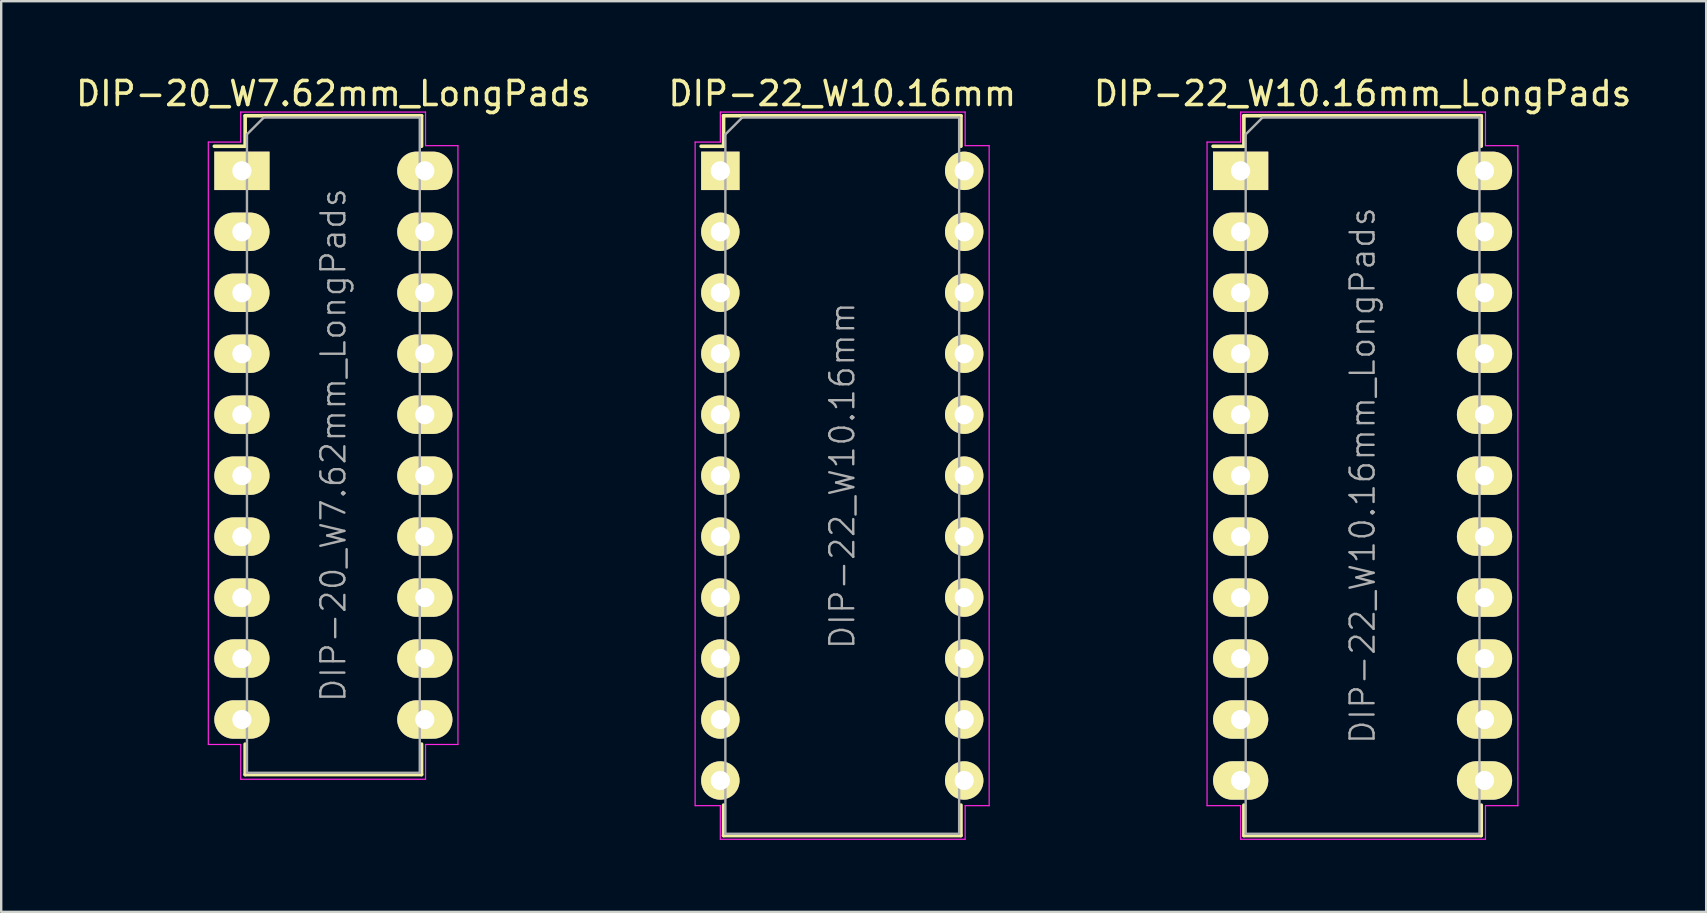
<source format=kicad_pcb>
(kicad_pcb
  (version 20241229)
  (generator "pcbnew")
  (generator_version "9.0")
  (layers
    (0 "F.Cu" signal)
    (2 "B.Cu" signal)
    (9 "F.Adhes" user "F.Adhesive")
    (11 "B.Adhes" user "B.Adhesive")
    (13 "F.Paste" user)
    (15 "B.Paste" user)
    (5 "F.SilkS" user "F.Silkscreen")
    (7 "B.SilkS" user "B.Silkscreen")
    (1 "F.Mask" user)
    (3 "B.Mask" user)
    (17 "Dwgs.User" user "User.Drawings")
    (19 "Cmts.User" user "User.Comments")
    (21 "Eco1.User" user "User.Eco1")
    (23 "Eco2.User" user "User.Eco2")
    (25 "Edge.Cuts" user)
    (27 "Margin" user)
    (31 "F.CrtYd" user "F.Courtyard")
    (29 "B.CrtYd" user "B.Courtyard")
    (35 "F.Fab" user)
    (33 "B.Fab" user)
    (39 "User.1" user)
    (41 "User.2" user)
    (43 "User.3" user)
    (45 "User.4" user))
  (footprint "DIP-20_W7.62mm_LongPads"
    (layer "F.Cu")
    (at 7.029 4.068)
    (property "Reference" "DIP-20_W7.62mm_LongPads" (at 3.81 -3.22 0) (layer "F.SilkS") (effects (font (size 1 1) (thickness 0.15))))
    (attr smd)
    (fp_line (start 0.135 -2.295) (end 0.135 -1.025) (stroke (width 0.15) (type solid)) (layer "F.SilkS"))
    (fp_line (start 0.135 -2.295) (end 7.485 -2.295) (stroke (width 0.15) (type solid)) (layer "F.SilkS"))
    (fp_line (start 0.135 -1.025) (end -1.15 -1.025) (stroke (width 0.15) (type solid)) (layer "F.SilkS"))
    (fp_line (start 0.135 25.155) (end 0.135 23.885) (stroke (width 0.15) (type solid)) (layer "F.SilkS"))
    (fp_line (start 0.135 25.155) (end 7.485 25.155) (stroke (width 0.15) (type solid)) (layer "F.SilkS"))
    (fp_line (start 7.485 -2.295) (end 7.485 -1.025) (stroke (width 0.15) (type solid)) (layer "F.SilkS"))
    (fp_line (start 7.485 25.155) (end 7.485 23.885) (stroke (width 0.15) (type solid)) (layer "F.SilkS"))
    (fp_line (start -1.4 -1.2) (end -1.4 23.9) (stroke (width 0.05) (type solid)) (layer "F.CrtYd"))
    (fp_line (start -1.4 -1.2) (end -0.05 -1.2) (stroke (width 0.05) (type solid)) (layer "F.CrtYd"))
    (fp_line (start -1.4 23.9) (end -0.05 23.9) (stroke (width 0.05) (type solid)) (layer "F.CrtYd"))
    (fp_line (start -0.05 -2.45) (end -0.05 -1.2) (stroke (width 0.05) (type solid)) (layer "F.CrtYd"))
    (fp_line (start -0.05 25.35) (end -0.05 23.9) (stroke (width 0.05) (type solid)) (layer "F.CrtYd"))
    (fp_line (start 7.65 -2.45) (end -0.05 -2.45) (stroke (width 0.05) (type solid)) (layer "F.CrtYd"))
    (fp_line (start 7.65 -2.45) (end 7.65 -1.05) (stroke (width 0.05) (type solid)) (layer "F.CrtYd"))
    (fp_line (start 7.65 25.35) (end -0.05 25.35) (stroke (width 0.05) (type solid)) (layer "F.CrtYd"))
    (fp_line (start 7.65 25.35) (end 7.65 23.9) (stroke (width 0.05) (type solid)) (layer "F.CrtYd"))
    (fp_line (start 9 -1.05) (end 7.65 -1.05) (stroke (width 0.05) (type solid)) (layer "F.CrtYd"))
    (fp_line (start 9 -1.05) (end 9 23.9) (stroke (width 0.05) (type solid)) (layer "F.CrtYd"))
    (fp_line (start 9 23.9) (end 7.65 23.9) (stroke (width 0.05) (type solid)) (layer "F.CrtYd"))
    (fp_line (start 0.21 -1.52) (end 0.91 -2.22) (stroke (width 0.1) (type solid)) (layer "F.Fab"))
    (fp_line (start 0.21 25.08) (end 0.21 -1.52) (stroke (width 0.1) (type solid)) (layer "F.Fab"))
    (fp_line (start 7.41 -2.22) (end 0.91 -2.22) (stroke (width 0.1) (type solid)) (layer "F.Fab"))
    (fp_line (start 7.41 25.08) (end 0.21 25.08) (stroke (width 0.1) (type solid)) (layer "F.Fab"))
    (fp_line (start 7.41 25.08) (end 7.41 -2.22) (stroke (width 0.1) (type solid)) (layer "F.Fab"))
    (fp_text user "${REFERENCE}" (at 3.81 11.43 90) (layer "F.Fab") (effects (font (size 1 1) (thickness 0.1))))
    (pad "1" thru_hole rect (at 0 0) (size 2.3 1.6) (drill 0.8) (layers "*.Cu" "*.Mask" "F.SilkS"))
    (pad "2" thru_hole oval (at 0 2.54) (size 2.3 1.6) (drill 0.8) (layers "*.Cu" "*.Mask" "F.SilkS"))
    (pad "3" thru_hole oval (at 0 5.08) (size 2.3 1.6) (drill 0.8) (layers "*.Cu" "*.Mask" "F.SilkS"))
    (pad "4" thru_hole oval (at 0 7.62) (size 2.3 1.6) (drill 0.8) (layers "*.Cu" "*.Mask" "F.SilkS"))
    (pad "5" thru_hole oval (at 0 10.16) (size 2.3 1.6) (drill 0.8) (layers "*.Cu" "*.Mask" "F.SilkS"))
    (pad "6" thru_hole oval (at 0 12.7) (size 2.3 1.6) (drill 0.8) (layers "*.Cu" "*.Mask" "F.SilkS"))
    (pad "7" thru_hole oval (at 0 15.24) (size 2.3 1.6) (drill 0.8) (layers "*.Cu" "*.Mask" "F.SilkS"))
    (pad "8" thru_hole oval (at 0 17.78) (size 2.3 1.6) (drill 0.8) (layers "*.Cu" "*.Mask" "F.SilkS"))
    (pad "9" thru_hole oval (at 0 20.32) (size 2.3 1.6) (drill 0.8) (layers "*.Cu" "*.Mask" "F.SilkS"))
    (pad "10" thru_hole oval (at 0 22.86) (size 2.3 1.6) (drill 0.8) (layers "*.Cu" "*.Mask" "F.SilkS"))
    (pad "11" thru_hole oval (at 7.62 22.86) (size 2.3 1.6) (drill 0.8) (layers "*.Cu" "*.Mask" "F.SilkS"))
    (pad "12" thru_hole oval (at 7.62 20.32) (size 2.3 1.6) (drill 0.8) (layers "*.Cu" "*.Mask" "F.SilkS"))
    (pad "13" thru_hole oval (at 7.62 17.78) (size 2.3 1.6) (drill 0.8) (layers "*.Cu" "*.Mask" "F.SilkS"))
    (pad "14" thru_hole oval (at 7.62 15.24) (size 2.3 1.6) (drill 0.8) (layers "*.Cu" "*.Mask" "F.SilkS"))
    (pad "15" thru_hole oval (at 7.62 12.7) (size 2.3 1.6) (drill 0.8) (layers "*.Cu" "*.Mask" "F.SilkS"))
    (pad "16" thru_hole oval (at 7.62 10.16) (size 2.3 1.6) (drill 0.8) (layers "*.Cu" "*.Mask" "F.SilkS"))
    (pad "17" thru_hole oval (at 7.62 7.62) (size 2.3 1.6) (drill 0.8) (layers "*.Cu" "*.Mask" "F.SilkS"))
    (pad "18" thru_hole oval (at 7.62 5.08) (size 2.3 1.6) (drill 0.8) (layers "*.Cu" "*.Mask" "F.SilkS"))
    (pad "19" thru_hole oval (at 7.62 2.54) (size 2.3 1.6) (drill 0.8) (layers "*.Cu" "*.Mask" "F.SilkS"))
    (pad "20" thru_hole oval (at 7.62 0) (size 2.3 1.6) (drill 0.8) (layers "*.Cu" "*.Mask" "F.SilkS")))
  (footprint "DIP-22_W10.16mm"
    (layer "F.Cu")
    (at 26.962 4.068)
    (property "Reference" "DIP-22_W10.16mm" (at 5.08 -3.22 0) (layer "F.SilkS") (effects (font (size 1 1) (thickness 0.15))))
    (attr smd)
    (fp_line (start 0.135 -2.295) (end 0.135 -1.025) (stroke (width 0.15) (type solid)) (layer "F.SilkS"))
    (fp_line (start 0.135 -2.295) (end 10.025 -2.295) (stroke (width 0.15) (type solid)) (layer "F.SilkS"))
    (fp_line (start 0.135 -1.025) (end -0.8 -1.025) (stroke (width 0.15) (type solid)) (layer "F.SilkS"))
    (fp_line (start 0.135 27.695) (end 0.135 26.425) (stroke (width 0.15) (type solid)) (layer "F.SilkS"))
    (fp_line (start 0.135 27.695) (end 10.025 27.695) (stroke (width 0.15) (type solid)) (layer "F.SilkS"))
    (fp_line (start 10.025 -2.295) (end 10.025 -1.025) (stroke (width 0.15) (type solid)) (layer "F.SilkS"))
    (fp_line (start 10.025 27.695) (end 10.025 26.425) (stroke (width 0.15) (type solid)) (layer "F.SilkS"))
    (fp_line (start -1.05 -1.2) (end -1.05 26.45) (stroke (width 0.05) (type solid)) (layer "F.CrtYd"))
    (fp_line (start -1.05 -1.2) (end 0 -1.2) (stroke (width 0.05) (type solid)) (layer "F.CrtYd"))
    (fp_line (start -1.05 26.45) (end 0 26.45) (stroke (width 0.05) (type solid)) (layer "F.CrtYd"))
    (fp_line (start 0 -2.45) (end 0 -1.2) (stroke (width 0.05) (type solid)) (layer "F.CrtYd"))
    (fp_line (start 0 27.85) (end 0 26.45) (stroke (width 0.05) (type solid)) (layer "F.CrtYd"))
    (fp_line (start 10.2 -2.45) (end 0 -2.45) (stroke (width 0.05) (type solid)) (layer "F.CrtYd"))
    (fp_line (start 10.2 -2.45) (end 10.2 -1.05) (stroke (width 0.05) (type solid)) (layer "F.CrtYd"))
    (fp_line (start 10.2 27.85) (end 0 27.85) (stroke (width 0.05) (type solid)) (layer "F.CrtYd"))
    (fp_line (start 10.2 27.85) (end 10.2 26.45) (stroke (width 0.05) (type solid)) (layer "F.CrtYd"))
    (fp_line (start 11.2 -1.05) (end 10.2 -1.05) (stroke (width 0.05) (type solid)) (layer "F.CrtYd"))
    (fp_line (start 11.2 -1.05) (end 11.2 26.45) (stroke (width 0.05) (type solid)) (layer "F.CrtYd"))
    (fp_line (start 11.2 26.45) (end 10.2 26.45) (stroke (width 0.05) (type solid)) (layer "F.CrtYd"))
    (fp_line (start 0.21 -1.52) (end 0.91 -2.22) (stroke (width 0.1) (type solid)) (layer "F.Fab"))
    (fp_line (start 0.21 27.62) (end 0.21 -1.52) (stroke (width 0.1) (type solid)) (layer "F.Fab"))
    (fp_line (start 9.95 -2.22) (end 0.91 -2.22) (stroke (width 0.1) (type solid)) (layer "F.Fab"))
    (fp_line (start 9.95 27.62) (end 0.21 27.62) (stroke (width 0.1) (type solid)) (layer "F.Fab"))
    (fp_line (start 9.95 27.62) (end 9.95 -2.22) (stroke (width 0.1) (type solid)) (layer "F.Fab"))
    (fp_text user "${REFERENCE}" (at 5.08 12.7 90) (layer "F.Fab") (effects (font (size 1 1) (thickness 0.1))))
    (pad "1" thru_hole rect (at 0 0) (size 1.6 1.6) (drill 0.8) (layers "*.Cu" "*.Mask" "F.SilkS"))
    (pad "2" thru_hole oval (at 0 2.54) (size 1.6 1.6) (drill 0.8) (layers "*.Cu" "*.Mask" "F.SilkS"))
    (pad "3" thru_hole oval (at 0 5.08) (size 1.6 1.6) (drill 0.8) (layers "*.Cu" "*.Mask" "F.SilkS"))
    (pad "4" thru_hole oval (at 0 7.62) (size 1.6 1.6) (drill 0.8) (layers "*.Cu" "*.Mask" "F.SilkS"))
    (pad "5" thru_hole oval (at 0 10.16) (size 1.6 1.6) (drill 0.8) (layers "*.Cu" "*.Mask" "F.SilkS"))
    (pad "6" thru_hole oval (at 0 12.7) (size 1.6 1.6) (drill 0.8) (layers "*.Cu" "*.Mask" "F.SilkS"))
    (pad "7" thru_hole oval (at 0 15.24) (size 1.6 1.6) (drill 0.8) (layers "*.Cu" "*.Mask" "F.SilkS"))
    (pad "8" thru_hole oval (at 0 17.78) (size 1.6 1.6) (drill 0.8) (layers "*.Cu" "*.Mask" "F.SilkS"))
    (pad "9" thru_hole oval (at 0 20.32) (size 1.6 1.6) (drill 0.8) (layers "*.Cu" "*.Mask" "F.SilkS"))
    (pad "10" thru_hole oval (at 0 22.86) (size 1.6 1.6) (drill 0.8) (layers "*.Cu" "*.Mask" "F.SilkS"))
    (pad "11" thru_hole oval (at 0 25.4) (size 1.6 1.6) (drill 0.8) (layers "*.Cu" "*.Mask" "F.SilkS"))
    (pad "12" thru_hole oval (at 10.16 25.4) (size 1.6 1.6) (drill 0.8) (layers "*.Cu" "*.Mask" "F.SilkS"))
    (pad "13" thru_hole oval (at 10.16 22.86) (size 1.6 1.6) (drill 0.8) (layers "*.Cu" "*.Mask" "F.SilkS"))
    (pad "14" thru_hole oval (at 10.16 20.32) (size 1.6 1.6) (drill 0.8) (layers "*.Cu" "*.Mask" "F.SilkS"))
    (pad "15" thru_hole oval (at 10.16 17.78) (size 1.6 1.6) (drill 0.8) (layers "*.Cu" "*.Mask" "F.SilkS"))
    (pad "16" thru_hole oval (at 10.16 15.24) (size 1.6 1.6) (drill 0.8) (layers "*.Cu" "*.Mask" "F.SilkS"))
    (pad "17" thru_hole oval (at 10.16 12.7) (size 1.6 1.6) (drill 0.8) (layers "*.Cu" "*.Mask" "F.SilkS"))
    (pad "18" thru_hole oval (at 10.16 10.16) (size 1.6 1.6) (drill 0.8) (layers "*.Cu" "*.Mask" "F.SilkS"))
    (pad "19" thru_hole oval (at 10.16 7.62) (size 1.6 1.6) (drill 0.8) (layers "*.Cu" "*.Mask" "F.SilkS"))
    (pad "20" thru_hole oval (at 10.16 5.08) (size 1.6 1.6) (drill 0.8) (layers "*.Cu" "*.Mask" "F.SilkS"))
    (pad "21" thru_hole oval (at 10.16 2.54) (size 1.6 1.6) (drill 0.8) (layers "*.Cu" "*.Mask" "F.SilkS"))
    (pad "22" thru_hole oval (at 10.16 0) (size 1.6 1.6) (drill 0.8) (layers "*.Cu" "*.Mask" "F.SilkS")))
  (footprint "DIP-22_W10.16mm_LongPads"
    (layer "F.Cu")
    (at 48.64 4.068)
    (property "Reference" "DIP-22_W10.16mm_LongPads" (at 5.08 -3.22 0) (layer "F.SilkS") (effects (font (size 1 1) (thickness 0.15))))
    (attr smd)
    (fp_line (start 0.135 -2.295) (end 0.135 -1.025) (stroke (width 0.15) (type solid)) (layer "F.SilkS"))
    (fp_line (start 0.135 -2.295) (end 10.025 -2.295) (stroke (width 0.15) (type solid)) (layer "F.SilkS"))
    (fp_line (start 0.135 -1.025) (end -1.15 -1.025) (stroke (width 0.15) (type solid)) (layer "F.SilkS"))
    (fp_line (start 0.135 27.695) (end 0.135 26.425) (stroke (width 0.15) (type solid)) (layer "F.SilkS"))
    (fp_line (start 0.135 27.695) (end 10.025 27.695) (stroke (width 0.15) (type solid)) (layer "F.SilkS"))
    (fp_line (start 10.025 -2.295) (end 10.025 -1.025) (stroke (width 0.15) (type solid)) (layer "F.SilkS"))
    (fp_line (start 10.025 27.695) (end 10.025 26.425) (stroke (width 0.15) (type solid)) (layer "F.SilkS"))
    (fp_line (start -1.4 -1.2) (end -1.4 26.45) (stroke (width 0.05) (type solid)) (layer "F.CrtYd"))
    (fp_line (start -1.4 -1.2) (end 0 -1.2) (stroke (width 0.05) (type solid)) (layer "F.CrtYd"))
    (fp_line (start -1.4 26.45) (end 0 26.45) (stroke (width 0.05) (type solid)) (layer "F.CrtYd"))
    (fp_line (start 0 -2.45) (end 0 -1.2) (stroke (width 0.05) (type solid)) (layer "F.CrtYd"))
    (fp_line (start 0 27.85) (end 0 26.45) (stroke (width 0.05) (type solid)) (layer "F.CrtYd"))
    (fp_line (start 10.2 -2.45) (end 0 -2.45) (stroke (width 0.05) (type solid)) (layer "F.CrtYd"))
    (fp_line (start 10.2 -2.45) (end 10.2 -1.05) (stroke (width 0.05) (type solid)) (layer "F.CrtYd"))
    (fp_line (start 10.2 27.85) (end 0 27.85) (stroke (width 0.05) (type solid)) (layer "F.CrtYd"))
    (fp_line (start 10.2 27.85) (end 10.2 26.45) (stroke (width 0.05) (type solid)) (layer "F.CrtYd"))
    (fp_line (start 11.55 -1.05) (end 10.2 -1.05) (stroke (width 0.05) (type solid)) (layer "F.CrtYd"))
    (fp_line (start 11.55 -1.05) (end 11.55 26.45) (stroke (width 0.05) (type solid)) (layer "F.CrtYd"))
    (fp_line (start 11.55 26.45) (end 10.2 26.45) (stroke (width 0.05) (type solid)) (layer "F.CrtYd"))
    (fp_line (start 0.21 -1.52) (end 0.91 -2.22) (stroke (width 0.1) (type solid)) (layer "F.Fab"))
    (fp_line (start 0.21 27.62) (end 0.21 -1.52) (stroke (width 0.1) (type solid)) (layer "F.Fab"))
    (fp_line (start 9.95 -2.22) (end 0.91 -2.22) (stroke (width 0.1) (type solid)) (layer "F.Fab"))
    (fp_line (start 9.95 27.62) (end 0.21 27.62) (stroke (width 0.1) (type solid)) (layer "F.Fab"))
    (fp_line (start 9.95 27.62) (end 9.95 -2.22) (stroke (width 0.1) (type solid)) (layer "F.Fab"))
    (fp_text user "${REFERENCE}" (at 5.08 12.7 90) (layer "F.Fab") (effects (font (size 1 1) (thickness 0.1))))
    (pad "1" thru_hole rect (at 0 0) (size 2.3 1.6) (drill 0.8) (layers "*.Cu" "*.Mask" "F.SilkS"))
    (pad "2" thru_hole oval (at 0 2.54) (size 2.3 1.6) (drill 0.8) (layers "*.Cu" "*.Mask" "F.SilkS"))
    (pad "3" thru_hole oval (at 0 5.08) (size 2.3 1.6) (drill 0.8) (layers "*.Cu" "*.Mask" "F.SilkS"))
    (pad "4" thru_hole oval (at 0 7.62) (size 2.3 1.6) (drill 0.8) (layers "*.Cu" "*.Mask" "F.SilkS"))
    (pad "5" thru_hole oval (at 0 10.16) (size 2.3 1.6) (drill 0.8) (layers "*.Cu" "*.Mask" "F.SilkS"))
    (pad "6" thru_hole oval (at 0 12.7) (size 2.3 1.6) (drill 0.8) (layers "*.Cu" "*.Mask" "F.SilkS"))
    (pad "7" thru_hole oval (at 0 15.24) (size 2.3 1.6) (drill 0.8) (layers "*.Cu" "*.Mask" "F.SilkS"))
    (pad "8" thru_hole oval (at 0 17.78) (size 2.3 1.6) (drill 0.8) (layers "*.Cu" "*.Mask" "F.SilkS"))
    (pad "9" thru_hole oval (at 0 20.32) (size 2.3 1.6) (drill 0.8) (layers "*.Cu" "*.Mask" "F.SilkS"))
    (pad "10" thru_hole oval (at 0 22.86) (size 2.3 1.6) (drill 0.8) (layers "*.Cu" "*.Mask" "F.SilkS"))
    (pad "11" thru_hole oval (at 0 25.4) (size 2.3 1.6) (drill 0.8) (layers "*.Cu" "*.Mask" "F.SilkS"))
    (pad "12" thru_hole oval (at 10.16 25.4) (size 2.3 1.6) (drill 0.8) (layers "*.Cu" "*.Mask" "F.SilkS"))
    (pad "13" thru_hole oval (at 10.16 22.86) (size 2.3 1.6) (drill 0.8) (layers "*.Cu" "*.Mask" "F.SilkS"))
    (pad "14" thru_hole oval (at 10.16 20.32) (size 2.3 1.6) (drill 0.8) (layers "*.Cu" "*.Mask" "F.SilkS"))
    (pad "15" thru_hole oval (at 10.16 17.78) (size 2.3 1.6) (drill 0.8) (layers "*.Cu" "*.Mask" "F.SilkS"))
    (pad "16" thru_hole oval (at 10.16 15.24) (size 2.3 1.6) (drill 0.8) (layers "*.Cu" "*.Mask" "F.SilkS"))
    (pad "17" thru_hole oval (at 10.16 12.7) (size 2.3 1.6) (drill 0.8) (layers "*.Cu" "*.Mask" "F.SilkS"))
    (pad "18" thru_hole oval (at 10.16 10.16) (size 2.3 1.6) (drill 0.8) (layers "*.Cu" "*.Mask" "F.SilkS"))
    (pad "19" thru_hole oval (at 10.16 7.62) (size 2.3 1.6) (drill 0.8) (layers "*.Cu" "*.Mask" "F.SilkS"))
    (pad "20" thru_hole oval (at 10.16 5.08) (size 2.3 1.6) (drill 0.8) (layers "*.Cu" "*.Mask" "F.SilkS"))
    (pad "21" thru_hole oval (at 10.16 2.54) (size 2.3 1.6) (drill 0.8) (layers "*.Cu" "*.Mask" "F.SilkS"))
    (pad "22" thru_hole oval (at 10.16 0) (size 2.3 1.6) (drill 0.8) (layers "*.Cu" "*.Mask" "F.SilkS")))
  (gr_rect
    (start -3 -3)
    (end 68.036 34.943)
    (stroke (width 0.1) (type default))
    (fill no)
    (layer "Edge.Cuts")))
</source>
